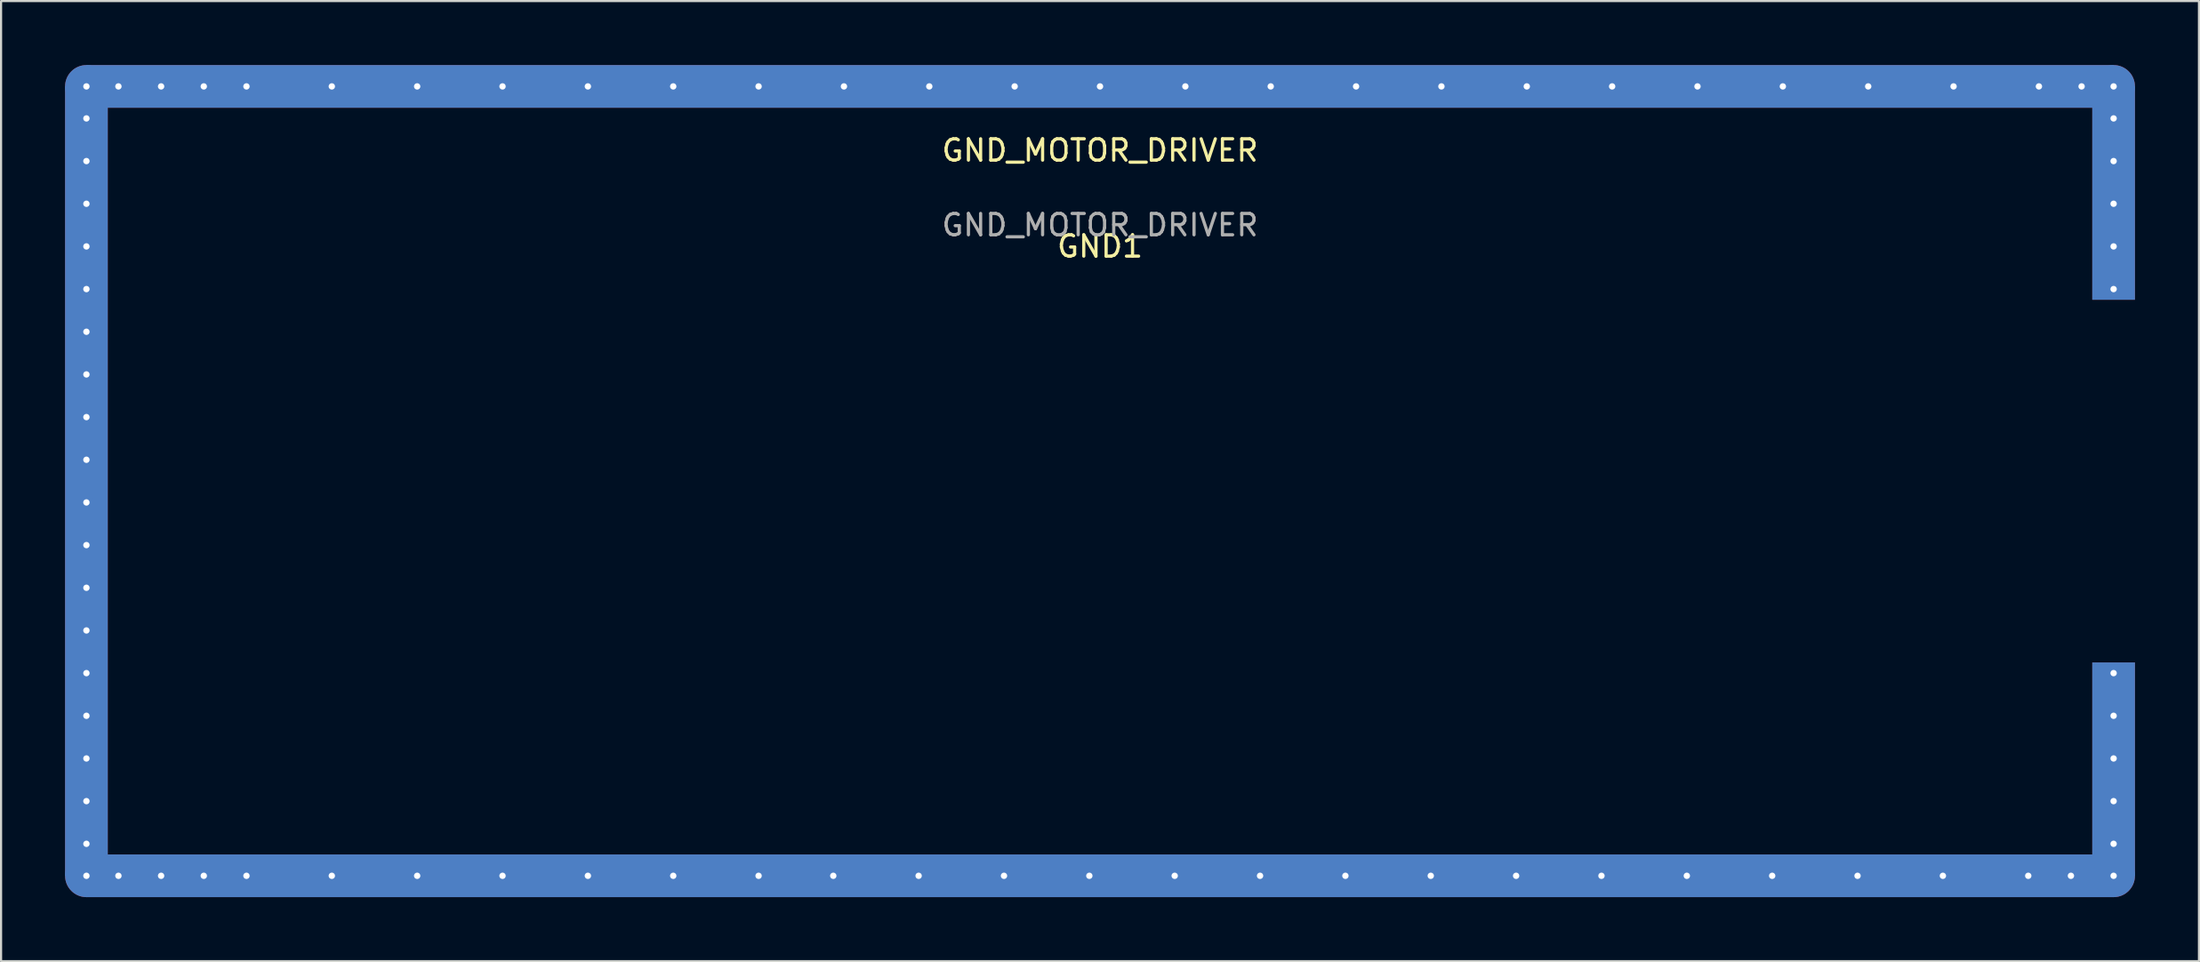
<source format=kicad_pcb>
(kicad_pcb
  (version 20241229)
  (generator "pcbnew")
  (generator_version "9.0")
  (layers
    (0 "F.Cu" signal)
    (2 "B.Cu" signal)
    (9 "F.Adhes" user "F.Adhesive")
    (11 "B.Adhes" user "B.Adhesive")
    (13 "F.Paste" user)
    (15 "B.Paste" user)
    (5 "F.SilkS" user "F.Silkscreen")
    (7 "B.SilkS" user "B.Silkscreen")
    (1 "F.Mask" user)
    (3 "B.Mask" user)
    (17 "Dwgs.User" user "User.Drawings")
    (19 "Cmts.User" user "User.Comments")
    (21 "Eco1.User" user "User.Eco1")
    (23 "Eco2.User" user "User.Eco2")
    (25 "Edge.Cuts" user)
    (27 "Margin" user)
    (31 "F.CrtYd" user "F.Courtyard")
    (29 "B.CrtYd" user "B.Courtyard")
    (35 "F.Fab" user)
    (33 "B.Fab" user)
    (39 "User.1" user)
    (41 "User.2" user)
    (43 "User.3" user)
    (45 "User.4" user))
  (footprint "GND_MOTOR_DRIVER"
    (layer "F.Cu")
    (at 48.5 8)
    (property "Reference" "GND_MOTOR_DRIVER" (at 0 -4 0) (layer "F.SilkS") (effects (font (size 1 1) (thickness 0.15))))
    (attr through_hole)
    (fp_text user "GND1" (at 0 0.5 0) (layer "F.SilkS") (effects (font (size 1 1) (thickness 0.15))))
    (fp_text user "GND_MOTOR_DRIVER" (at 0 -0.5 0) (layer "F.Fab") (effects (font (size 1 1) (thickness 0.15))))
    (pad "1" thru_hole circle (at -47.5 -7 180) (size 0.6 0.6) (drill 0.3) (layers "*.Cu" "*.Mask"))
    (pad "1" smd circle (at -47.5 -7 180) (size 2 2) (layers "F.Cu"))
    (pad "1" smd circle (at -47.5 -7 180) (size 2 2) (layers "B.Cu"))
    (pad "1" thru_hole circle (at -47.5 -5.5 180) (size 0.6 0.6) (drill 0.3) (layers "*.Cu" "*.Mask"))
    (pad "1" thru_hole circle (at -47.5 -3.5 180) (size 0.6 0.6) (drill 0.3) (layers "*.Cu" "*.Mask"))
    (pad "1" thru_hole circle (at -47.5 -1.5 180) (size 0.6 0.6) (drill 0.3) (layers "*.Cu" "*.Mask"))
    (pad "1" thru_hole circle (at -47.5 0.5 180) (size 0.6 0.6) (drill 0.3) (layers "*.Cu" "*.Mask"))
    (pad "1" thru_hole circle (at -47.5 2.5 180) (size 0.6 0.6) (drill 0.3) (layers "*.Cu" "*.Mask"))
    (pad "1" thru_hole circle (at -47.5 4.5 180) (size 0.6 0.6) (drill 0.3) (layers "*.Cu" "*.Mask"))
    (pad "1" thru_hole circle (at -47.5 6.5 180) (size 0.6 0.6) (drill 0.3) (layers "*.Cu" "*.Mask"))
    (pad "1" thru_hole circle (at -47.5 8.5 180) (size 0.6 0.6) (drill 0.3) (layers "*.Cu" "*.Mask"))
    (pad "1" thru_hole circle (at -47.5 10.5 180) (size 0.6 0.6) (drill 0.3) (layers "*.Cu" "*.Mask"))
    (pad "1" smd rect (at -47.5 11.5 180) (size 2 37) (layers "F.Cu"))
    (pad "1" smd rect (at -47.5 11.5 180) (size 2 37) (layers "B.Cu"))
    (pad "1" thru_hole circle (at -47.5 12.5 180) (size 0.6 0.6) (drill 0.3) (layers "*.Cu" "*.Mask"))
    (pad "1" thru_hole circle (at -47.5 14.5 180) (size 0.6 0.6) (drill 0.3) (layers "*.Cu" "*.Mask"))
    (pad "1" thru_hole circle (at -47.5 16.5 180) (size 0.6 0.6) (drill 0.3) (layers "*.Cu" "*.Mask"))
    (pad "1" thru_hole circle (at -47.5 18.5 180) (size 0.6 0.6) (drill 0.3) (layers "*.Cu" "*.Mask"))
    (pad "1" thru_hole circle (at -47.5 20.5 180) (size 0.6 0.6) (drill 0.3) (layers "*.Cu" "*.Mask"))
    (pad "1" thru_hole circle (at -47.5 22.5 180) (size 0.6 0.6) (drill 0.3) (layers "*.Cu" "*.Mask"))
    (pad "1" thru_hole circle (at -47.5 24.5 180) (size 0.6 0.6) (drill 0.3) (layers "*.Cu" "*.Mask"))
    (pad "1" thru_hole circle (at -47.5 26.5 180) (size 0.6 0.6) (drill 0.3) (layers "*.Cu" "*.Mask"))
    (pad "1" thru_hole circle (at -47.5 28.5 180) (size 0.6 0.6) (drill 0.3) (layers "*.Cu" "*.Mask"))
    (pad "1" thru_hole circle (at -47.5 30 180) (size 0.6 0.6) (drill 0.3) (layers "*.Cu" "*.Mask"))
    (pad "1" smd circle (at -47.5 30 180) (size 2 2) (layers "F.Cu"))
    (pad "1" smd circle (at -47.5 30 180) (size 2 2) (layers "B.Cu"))
    (pad "1" thru_hole circle (at -46 -7 180) (size 0.6 0.6) (drill 0.3) (layers "*.Cu" "*.Mask"))
    (pad "1" thru_hole circle (at -46 30 180) (size 0.6 0.6) (drill 0.3) (layers "*.Cu" "*.Mask"))
    (pad "1" thru_hole circle (at -44 -7 180) (size 0.6 0.6) (drill 0.3) (layers "*.Cu" "*.Mask"))
    (pad "1" thru_hole circle (at -44 30 180) (size 0.6 0.6) (drill 0.3) (layers "*.Cu" "*.Mask"))
    (pad "1" thru_hole circle (at -42 -7 180) (size 0.6 0.6) (drill 0.3) (layers "*.Cu" "*.Mask"))
    (pad "1" thru_hole circle (at -42 30 180) (size 0.6 0.6) (drill 0.3) (layers "*.Cu" "*.Mask"))
    (pad "1" thru_hole circle (at -40 -7 180) (size 0.6 0.6) (drill 0.3) (layers "*.Cu" "*.Mask"))
    (pad "1" thru_hole circle (at -40 30 180) (size 0.6 0.6) (drill 0.3) (layers "*.Cu" "*.Mask"))
    (pad "1" thru_hole circle (at -36 -7 180) (size 0.6 0.6) (drill 0.3) (layers "*.Cu" "*.Mask"))
    (pad "1" thru_hole circle (at -36 30 180) (size 0.6 0.6) (drill 0.3) (layers "*.Cu" "*.Mask"))
    (pad "1" thru_hole circle (at -32 -7 180) (size 0.6 0.6) (drill 0.3) (layers "*.Cu" "*.Mask"))
    (pad "1" thru_hole circle (at -32 30 180) (size 0.6 0.6) (drill 0.3) (layers "*.Cu" "*.Mask"))
    (pad "1" thru_hole circle (at -28 -7 180) (size 0.6 0.6) (drill 0.3) (layers "*.Cu" "*.Mask"))
    (pad "1" thru_hole circle (at -28 30 180) (size 0.6 0.6) (drill 0.3) (layers "*.Cu" "*.Mask"))
    (pad "1" thru_hole circle (at -24 -7 180) (size 0.6 0.6) (drill 0.3) (layers "*.Cu" "*.Mask"))
    (pad "1" thru_hole circle (at -24 30 180) (size 0.6 0.6) (drill 0.3) (layers "*.Cu" "*.Mask"))
    (pad "1" thru_hole circle (at -20 -7 180) (size 0.6 0.6) (drill 0.3) (layers "*.Cu" "*.Mask"))
    (pad "1" thru_hole circle (at -20 30 180) (size 0.6 0.6) (drill 0.3) (layers "*.Cu" "*.Mask"))
    (pad "1" thru_hole circle (at -16 -7 180) (size 0.6 0.6) (drill 0.3) (layers "*.Cu" "*.Mask"))
    (pad "1" thru_hole circle (at -16 30 180) (size 0.6 0.6) (drill 0.3) (layers "*.Cu" "*.Mask"))
    (pad "1" thru_hole circle (at -12.5 30 180) (size 0.6 0.6) (drill 0.3) (layers "*.Cu" "*.Mask"))
    (pad "1" thru_hole circle (at -12 -7 180) (size 0.6 0.6) (drill 0.3) (layers "*.Cu" "*.Mask"))
    (pad "1" thru_hole circle (at -8.5 30 180) (size 0.6 0.6) (drill 0.3) (layers "*.Cu" "*.Mask"))
    (pad "1" thru_hole circle (at -8 -7 180) (size 0.6 0.6) (drill 0.3) (layers "*.Cu" "*.Mask"))
    (pad "1" thru_hole circle (at -4.5 30 180) (size 0.6 0.6) (drill 0.3) (layers "*.Cu" "*.Mask"))
    (pad "1" thru_hole circle (at -4 -7 180) (size 0.6 0.6) (drill 0.3) (layers "*.Cu" "*.Mask"))
    (pad "1" thru_hole circle (at -0.5 30 180) (size 0.6 0.6) (drill 0.3) (layers "*.Cu" "*.Mask"))
    (pad "1" thru_hole circle (at 0 -7 180) (size 0.6 0.6) (drill 0.3) (layers "*.Cu" "*.Mask"))
    (pad "1" smd rect (at 0 -7) (size 95 2) (layers "F.Cu"))
    (pad "1" smd rect (at 0 -7) (size 95 2) (layers "B.Cu"))
    (pad "1" smd rect (at 0 30) (size 95 2) (layers "F.Cu"))
    (pad "1" smd rect (at 0 30) (size 95 2) (layers "B.Cu"))
    (pad "1" thru_hole circle (at 3.5 30 180) (size 0.6 0.6) (drill 0.3) (layers "*.Cu" "*.Mask"))
    (pad "1" thru_hole circle (at 4 -7 180) (size 0.6 0.6) (drill 0.3) (layers "*.Cu" "*.Mask"))
    (pad "1" thru_hole circle (at 7.5 30 180) (size 0.6 0.6) (drill 0.3) (layers "*.Cu" "*.Mask"))
    (pad "1" thru_hole circle (at 8 -7 180) (size 0.6 0.6) (drill 0.3) (layers "*.Cu" "*.Mask"))
    (pad "1" thru_hole circle (at 11.5 30 180) (size 0.6 0.6) (drill 0.3) (layers "*.Cu" "*.Mask"))
    (pad "1" thru_hole circle (at 12 -7 180) (size 0.6 0.6) (drill 0.3) (layers "*.Cu" "*.Mask"))
    (pad "1" thru_hole circle (at 15.5 30 180) (size 0.6 0.6) (drill 0.3) (layers "*.Cu" "*.Mask"))
    (pad "1" thru_hole circle (at 16 -7 180) (size 0.6 0.6) (drill 0.3) (layers "*.Cu" "*.Mask"))
    (pad "1" thru_hole circle (at 19.5 30 180) (size 0.6 0.6) (drill 0.3) (layers "*.Cu" "*.Mask"))
    (pad "1" thru_hole circle (at 20 -7 180) (size 0.6 0.6) (drill 0.3) (layers "*.Cu" "*.Mask"))
    (pad "1" thru_hole circle (at 23.5 30 180) (size 0.6 0.6) (drill 0.3) (layers "*.Cu" "*.Mask"))
    (pad "1" thru_hole circle (at 24 -7 180) (size 0.6 0.6) (drill 0.3) (layers "*.Cu" "*.Mask"))
    (pad "1" thru_hole circle (at 27.5 30 180) (size 0.6 0.6) (drill 0.3) (layers "*.Cu" "*.Mask"))
    (pad "1" thru_hole circle (at 28 -7 180) (size 0.6 0.6) (drill 0.3) (layers "*.Cu" "*.Mask"))
    (pad "1" thru_hole circle (at 31.5 30 180) (size 0.6 0.6) (drill 0.3) (layers "*.Cu" "*.Mask"))
    (pad "1" thru_hole circle (at 32 -7 180) (size 0.6 0.6) (drill 0.3) (layers "*.Cu" "*.Mask"))
    (pad "1" thru_hole circle (at 35.5 30 180) (size 0.6 0.6) (drill 0.3) (layers "*.Cu" "*.Mask"))
    (pad "1" thru_hole circle (at 36 -7 180) (size 0.6 0.6) (drill 0.3) (layers "*.Cu" "*.Mask"))
    (pad "1" thru_hole circle (at 39.5 30 180) (size 0.6 0.6) (drill 0.3) (layers "*.Cu" "*.Mask"))
    (pad "1" thru_hole circle (at 40 -7 180) (size 0.6 0.6) (drill 0.3) (layers "*.Cu" "*.Mask"))
    (pad "1" thru_hole circle (at 43.5 30 180) (size 0.6 0.6) (drill 0.3) (layers "*.Cu" "*.Mask"))
    (pad "1" thru_hole circle (at 44 -7 180) (size 0.6 0.6) (drill 0.3) (layers "*.Cu" "*.Mask"))
    (pad "1" thru_hole circle (at 45.5 30 180) (size 0.6 0.6) (drill 0.3) (layers "*.Cu" "*.Mask"))
    (pad "1" thru_hole circle (at 46 -7 180) (size 0.6 0.6) (drill 0.3) (layers "*.Cu" "*.Mask"))
    (pad "1" thru_hole circle (at 47.5 -7 180) (size 0.6 0.6) (drill 0.3) (layers "*.Cu" "*.Mask"))
    (pad "1" smd circle (at 47.5 -7 180) (size 2 2) (layers "F.Cu"))
    (pad "1" smd circle (at 47.5 -7 180) (size 2 2) (layers "B.Cu"))
    (pad "1" thru_hole circle (at 47.5 -5.5 180) (size 0.6 0.6) (drill 0.3) (layers "*.Cu" "*.Mask"))
    (pad "1" thru_hole circle (at 47.5 -3.5 180) (size 0.6 0.6) (drill 0.3) (layers "*.Cu" "*.Mask"))
    (pad "1" smd rect (at 47.5 -2 180) (size 2 10) (layers "F.Cu"))
    (pad "1" smd rect (at 47.5 -2 180) (size 2 10) (layers "B.Cu"))
    (pad "1" thru_hole circle (at 47.5 -1.5 180) (size 0.6 0.6) (drill 0.3) (layers "*.Cu" "*.Mask"))
    (pad "1" thru_hole circle (at 47.5 0.5 180) (size 0.6 0.6) (drill 0.3) (layers "*.Cu" "*.Mask"))
    (pad "1" thru_hole circle (at 47.5 2.5 180) (size 0.6 0.6) (drill 0.3) (layers "*.Cu" "*.Mask"))
    (pad "1" thru_hole circle (at 47.5 20.5 180) (size 0.6 0.6) (drill 0.3) (layers "*.Cu" "*.Mask"))
    (pad "1" thru_hole circle (at 47.5 22.5 180) (size 0.6 0.6) (drill 0.3) (layers "*.Cu" "*.Mask"))
    (pad "1" thru_hole circle (at 47.5 24.5 180) (size 0.6 0.6) (drill 0.3) (layers "*.Cu" "*.Mask"))
    (pad "1" smd rect (at 47.5 25 180) (size 2 10) (layers "F.Cu"))
    (pad "1" smd rect (at 47.5 25 180) (size 2 10) (layers "B.Cu"))
    (pad "1" thru_hole circle (at 47.5 26.5 180) (size 0.6 0.6) (drill 0.3) (layers "*.Cu" "*.Mask"))
    (pad "1" thru_hole circle (at 47.5 28.5 180) (size 0.6 0.6) (drill 0.3) (layers "*.Cu" "*.Mask"))
    (pad "1" thru_hole circle (at 47.5 30 180) (size 0.6 0.6) (drill 0.3) (layers "*.Cu" "*.Mask"))
    (pad "1" smd circle (at 47.5 30 180) (size 2 2) (layers "F.Cu"))
    (pad "1" smd circle (at 47.5 30 180) (size 2 2) (layers "B.Cu")))
  (gr_rect
    (start -3 -3)
    (end 100 42)
    (stroke (width 0.1) (type default))
    (fill no)
    (layer "Edge.Cuts")))
</source>
